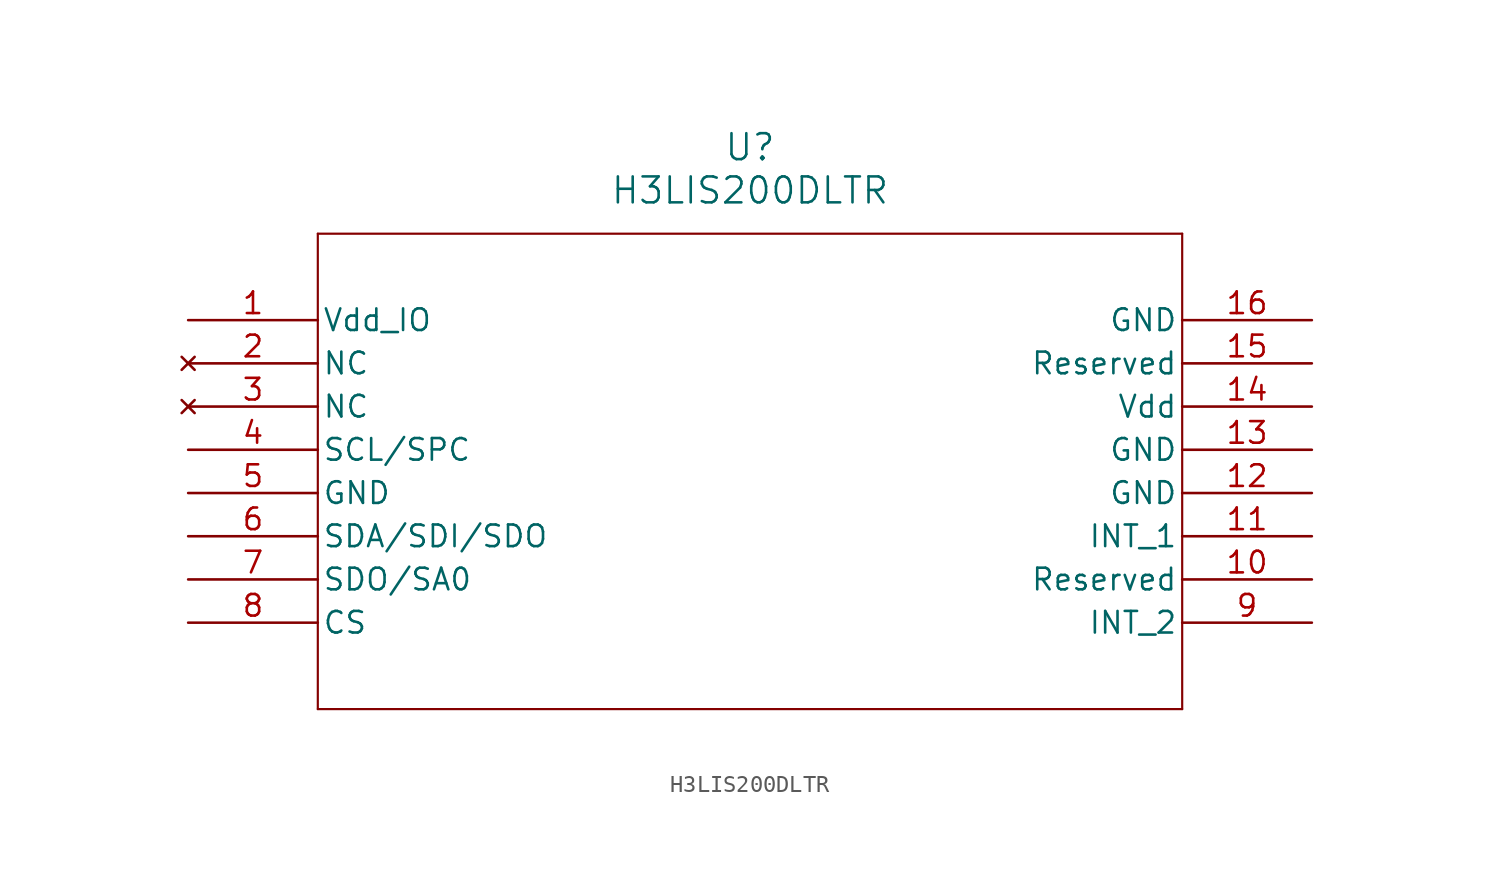
<source format=kicad_sym>
(kicad_symbol_lib
  (version 20211014)
  (generator kicad_symbol_editor)
  (symbol "H3LIS200DLTR"
    (pin_names
      (offset 0.254))
    (property "Reference" "U"
      (at 33.02 10.16 0)
      (effects (font (size 1.524 1.524))))
    (property "Value" "H3LIS200DLTR"
      (at 33.02 7.62 0)
      (effects (font (size 1.524 1.524))))
    (symbol "H3LIS200DLTR_0_1"
      (polyline (pts (xy 7.62 5.08) (xy 7.62 -22.86)) (stroke (width 0.127) (type default) (color 0 0 0 0)) (fill (type none)))
      (polyline (pts (xy 7.62 -22.86) (xy 58.42 -22.86)) (stroke (width 0.127) (type default) (color 0 0 0 0)) (fill (type none)))
      (polyline (pts (xy 58.42 -22.86) (xy 58.42 5.08)) (stroke (width 0.127) (type default) (color 0 0 0 0)) (fill (type none)))
      (polyline (pts (xy 58.42 5.08) (xy 7.62 5.08)) (stroke (width 0.127) (type default) (color 0 0 0 0)) (fill (type none)))
      (pin power_in line (at 0 0 0) (length 7.62) (name "Vdd_IO" (effects (font (size 1.27 1.27)))) (number "1" (effects (font (size 1.27 1.27)))))
      (pin no_connect line (at 0 -2.54 0) (length 7.62) (name "NC" (effects (font (size 1.27 1.27)))) (number "2" (effects (font (size 1.27 1.27)))))
      (pin no_connect line (at 0 -5.08 0) (length 7.62) (name "NC" (effects (font (size 1.27 1.27)))) (number "3" (effects (font (size 1.27 1.27)))))
      (pin unspecified line (at 0 -7.62 0) (length 7.62) (name "SCL/SPC" (effects (font (size 1.27 1.27)))) (number "4" (effects (font (size 1.27 1.27)))))
      (pin power_out line (at 0 -10.16 0) (length 7.62) (name "GND" (effects (font (size 1.27 1.27)))) (number "5" (effects (font (size 1.27 1.27)))))
      (pin unspecified line (at 0 -12.7 0) (length 7.62) (name "SDA/SDI/SDO" (effects (font (size 1.27 1.27)))) (number "6" (effects (font (size 1.27 1.27)))))
      (pin unspecified line (at 0 -15.24 0) (length 7.62) (name "SDO/SA0" (effects (font (size 1.27 1.27)))) (number "7" (effects (font (size 1.27 1.27)))))
      (pin unspecified line (at 0 -17.78 0) (length 7.62) (name "CS" (effects (font (size 1.27 1.27)))) (number "8" (effects (font (size 1.27 1.27)))))
      (pin input line (at 66.04 -17.78 180) (length 7.62) (name "INT 2" (effects (font (size 1.27 1.27)))) (number "9" (effects (font (size 1.27 1.27)))))
      (pin unspecified line (at 66.04 -15.24 180) (length 7.62) (name "Reserved" (effects (font (size 1.27 1.27)))) (number "10" (effects (font (size 1.27 1.27)))))
      (pin input line (at 66.04 -12.7 180) (length 7.62) (name "INT 1" (effects (font (size 1.27 1.27)))) (number "11" (effects (font (size 1.27 1.27)))))
      (pin power_out line (at 66.04 -10.16 180) (length 7.62) (name "GND" (effects (font (size 1.27 1.27)))) (number "12" (effects (font (size 1.27 1.27)))))
      (pin power_out line (at 66.04 -7.62 180) (length 7.62) (name "GND" (effects (font (size 1.27 1.27)))) (number "13" (effects (font (size 1.27 1.27)))))
      (pin power_in line (at 66.04 -5.08 180) (length 7.62) (name "Vdd" (effects (font (size 1.27 1.27)))) (number "14" (effects (font (size 1.27 1.27)))))
      (pin unspecified line (at 66.04 -2.54 180) (length 7.62) (name "Reserved" (effects (font (size 1.27 1.27)))) (number "15" (effects (font (size 1.27 1.27)))))
      (pin power_out line (at 66.04 0 180) (length 7.62) (name "GND" (effects (font (size 1.27 1.27)))) (number "16" (effects (font (size 1.27 1.27))))))))
</source>
